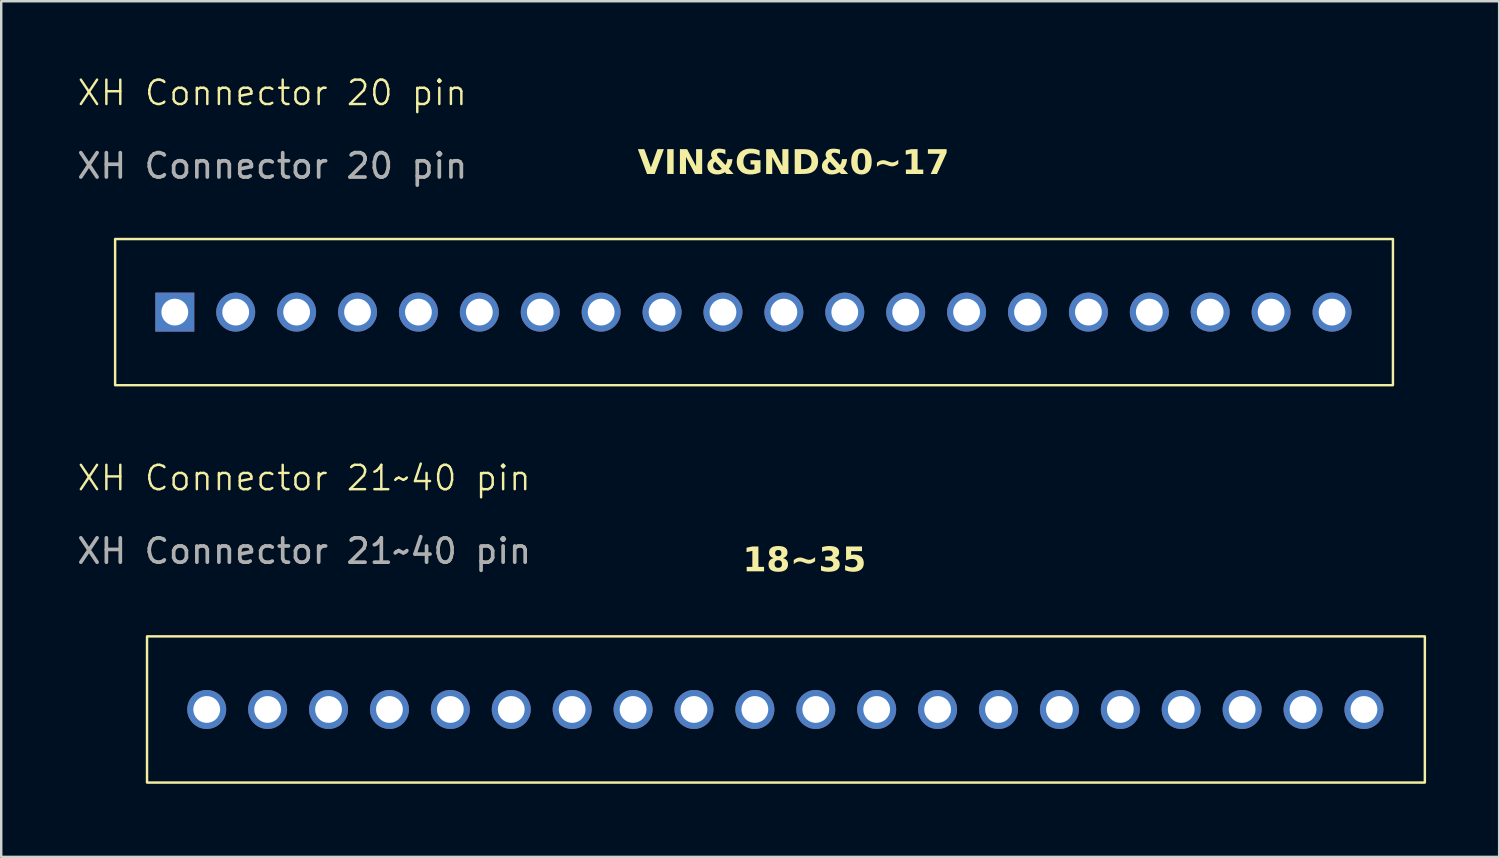
<source format=kicad_pcb>
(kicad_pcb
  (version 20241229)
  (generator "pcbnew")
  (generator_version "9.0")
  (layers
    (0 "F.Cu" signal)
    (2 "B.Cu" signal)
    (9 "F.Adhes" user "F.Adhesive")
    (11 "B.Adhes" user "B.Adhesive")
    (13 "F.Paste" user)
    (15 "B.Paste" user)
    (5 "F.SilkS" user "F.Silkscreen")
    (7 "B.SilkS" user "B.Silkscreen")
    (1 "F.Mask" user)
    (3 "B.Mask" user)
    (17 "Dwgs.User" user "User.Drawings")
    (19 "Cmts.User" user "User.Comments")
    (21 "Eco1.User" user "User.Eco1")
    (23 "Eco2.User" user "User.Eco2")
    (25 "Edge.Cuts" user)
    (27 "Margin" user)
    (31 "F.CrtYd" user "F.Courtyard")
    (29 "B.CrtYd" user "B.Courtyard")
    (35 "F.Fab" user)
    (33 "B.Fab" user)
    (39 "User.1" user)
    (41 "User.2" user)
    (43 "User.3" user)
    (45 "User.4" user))
  (footprint "XH Connector 21~40 pin"
    (layer "F.Cu")
    (at 5.435 26.071)
    (property "Reference" "XH Connector 21~40 pin" (at 4 -9.5 0) (unlocked yes) (layer "F.SilkS") (effects (font (size 1 1) (thickness 0.1))))
    (attr through_hole)
    (fp_rect (start -2.45 3) (end 50 -3) (stroke (width 0.1) (type default)) (fill no) (layer "F.SilkS"))
    (fp_text user "18~35" (at 22 -5.5 0) (unlocked yes) (layer "F.SilkS") (effects (font (face "Calibri") (size 1 1) (thickness 0.2) (bold yes)) (justify left bottom)))
    (fp_text user "${REFERENCE}" (at 4 -6.5 0) (unlocked yes) (layer "F.Fab") (effects (font (size 1 1) (thickness 0.15))))
    (pad "1" thru_hole circle (at 0 0 90) (size 1.6 1.6) (drill 1.1) (layers "*.Cu" "*.Mask"))
    (pad "2" thru_hole circle (at 2.5 0 90) (size 1.6 1.6) (drill 1.1) (layers "*.Cu" "*.Mask"))
    (pad "3" thru_hole circle (at 5 0 90) (size 1.6 1.6) (drill 1.1) (layers "*.Cu" "*.Mask"))
    (pad "4" thru_hole circle (at 7.5 0 180) (size 1.6 1.6) (drill 1.1) (layers "*.Cu" "*.Mask"))
    (pad "5" thru_hole circle (at 10 0 90) (size 1.6 1.6) (drill 1.1) (layers "*.Cu" "*.Mask"))
    (pad "6" thru_hole circle (at 12.5 0 90) (size 1.6 1.6) (drill 1.1) (layers "*.Cu" "*.Mask"))
    (pad "7" thru_hole circle (at 15 0 90) (size 1.6 1.6) (drill 1.1) (layers "*.Cu" "*.Mask"))
    (pad "8" thru_hole circle (at 17.5 0 90) (size 1.6 1.6) (drill 1.1) (layers "*.Cu" "*.Mask"))
    (pad "9" thru_hole circle (at 20 0 90) (size 1.6 1.6) (drill 1.1) (layers "*.Cu" "*.Mask"))
    (pad "10" thru_hole circle (at 22.5 0 90) (size 1.6 1.6) (drill 1.1) (layers "*.Cu" "*.Mask"))
    (pad "11" thru_hole circle (at 25 0 90) (size 1.6 1.6) (drill 1.1) (layers "*.Cu" "*.Mask"))
    (pad "12" thru_hole circle (at 27.5 0 90) (size 1.6 1.6) (drill 1.1) (layers "*.Cu" "*.Mask"))
    (pad "13" thru_hole circle (at 30 0 90) (size 1.6 1.6) (drill 1.1) (layers "*.Cu" "*.Mask"))
    (pad "14" thru_hole circle (at 32.5 0 90) (size 1.6 1.6) (drill 1.1) (layers "*.Cu" "*.Mask"))
    (pad "15" thru_hole circle (at 35 0 90) (size 1.6 1.6) (drill 1.1) (layers "*.Cu" "*.Mask"))
    (pad "16" thru_hole circle (at 37.5 0 90) (size 1.6 1.6) (drill 1.1) (layers "*.Cu" "*.Mask"))
    (pad "17" thru_hole circle (at 40 0 90) (size 1.6 1.6) (drill 1.1) (layers "*.Cu" "*.Mask"))
    (pad "18" thru_hole circle (at 42.5 0 90) (size 1.6 1.6) (drill 1.1) (layers "*.Cu" "*.Mask"))
    (pad "19" thru_hole circle (at 45 0 90) (size 1.6 1.6) (drill 1.1) (layers "*.Cu" "*.Mask"))
    (pad "20" thru_hole circle (at 47.5 0 90) (size 1.6 1.6) (drill 1.1) (layers "*.Cu" "*.Mask")))
  (footprint "XH Connector 20 pin"
    (layer "F.Cu")
    (at 4.125 9.761)
    (property "Reference" "XH Connector 20 pin" (at 4 -9 0) (unlocked yes) (layer "F.SilkS") (effects (font (size 1 1) (thickness 0.1))))
    (attr through_hole)
    (fp_rect (start -2.45 3) (end 50 -3) (stroke (width 0.1) (type default)) (fill no) (layer "F.SilkS"))
    (fp_text user "VIN&GND&0~17" (at 19 -5.5 0) (unlocked yes) (layer "F.SilkS") (effects (font (face "Calibri") (size 1 1) (thickness 0.2) (bold yes)) (justify left bottom)))
    (fp_text user "${REFERENCE}" (at 4 -6 0) (unlocked yes) (layer "F.Fab") (effects (font (size 1 1) (thickness 0.15))))
    (pad "1" thru_hole rect (at 0 0 90) (size 1.6 1.6) (drill 1.1) (layers "*.Cu" "*.Mask"))
    (pad "2" thru_hole circle (at 2.5 0 90) (size 1.6 1.6) (drill 1.1) (layers "*.Cu" "*.Mask"))
    (pad "3" thru_hole circle (at 5 0 90) (size 1.6 1.6) (drill 1.1) (layers "*.Cu" "*.Mask"))
    (pad "4" thru_hole circle (at 7.5 0 90) (size 1.6 1.6) (drill 1.1) (layers "*.Cu" "*.Mask"))
    (pad "5" thru_hole circle (at 10 0 90) (size 1.6 1.6) (drill 1.1) (layers "*.Cu" "*.Mask"))
    (pad "6" thru_hole circle (at 12.5 0 90) (size 1.6 1.6) (drill 1.1) (layers "*.Cu" "*.Mask"))
    (pad "7" thru_hole circle (at 15 0 90) (size 1.6 1.6) (drill 1.1) (layers "*.Cu" "*.Mask"))
    (pad "8" thru_hole circle (at 17.5 0 90) (size 1.6 1.6) (drill 1.1) (layers "*.Cu" "*.Mask"))
    (pad "9" thru_hole circle (at 20 0 90) (size 1.6 1.6) (drill 1.1) (layers "*.Cu" "*.Mask"))
    (pad "10" thru_hole circle (at 22.5 0 90) (size 1.6 1.6) (drill 1.1) (layers "*.Cu" "*.Mask"))
    (pad "11" thru_hole circle (at 25 0 90) (size 1.6 1.6) (drill 1.1) (layers "*.Cu" "*.Mask"))
    (pad "12" thru_hole circle (at 27.5 0 90) (size 1.6 1.6) (drill 1.1) (layers "*.Cu" "*.Mask"))
    (pad "13" thru_hole circle (at 30 0 90) (size 1.6 1.6) (drill 1.1) (layers "*.Cu" "*.Mask"))
    (pad "14" thru_hole circle (at 32.5 0 90) (size 1.6 1.6) (drill 1.1) (layers "*.Cu" "*.Mask"))
    (pad "15" thru_hole circle (at 35 0 90) (size 1.6 1.6) (drill 1.1) (layers "*.Cu" "*.Mask"))
    (pad "16" thru_hole circle (at 37.5 0 90) (size 1.6 1.6) (drill 1.1) (layers "*.Cu" "*.Mask"))
    (pad "17" thru_hole circle (at 40 0 90) (size 1.6 1.6) (drill 1.1) (layers "*.Cu" "*.Mask"))
    (pad "18" thru_hole circle (at 42.5 0 90) (size 1.6 1.6) (drill 1.1) (layers "*.Cu" "*.Mask"))
    (pad "19" thru_hole circle (at 45 0 90) (size 1.6 1.6) (drill 1.1) (layers "*.Cu" "*.Mask"))
    (pad "20" thru_hole circle (at 47.5 0 90) (size 1.6 1.6) (drill 1.1) (layers "*.Cu" "*.Mask")))
  (gr_rect
    (start -3 -3)
    (end 58.485 32.121)
    (stroke (width 0.1) (type default))
    (fill no)
    (layer "Edge.Cuts")))
</source>
